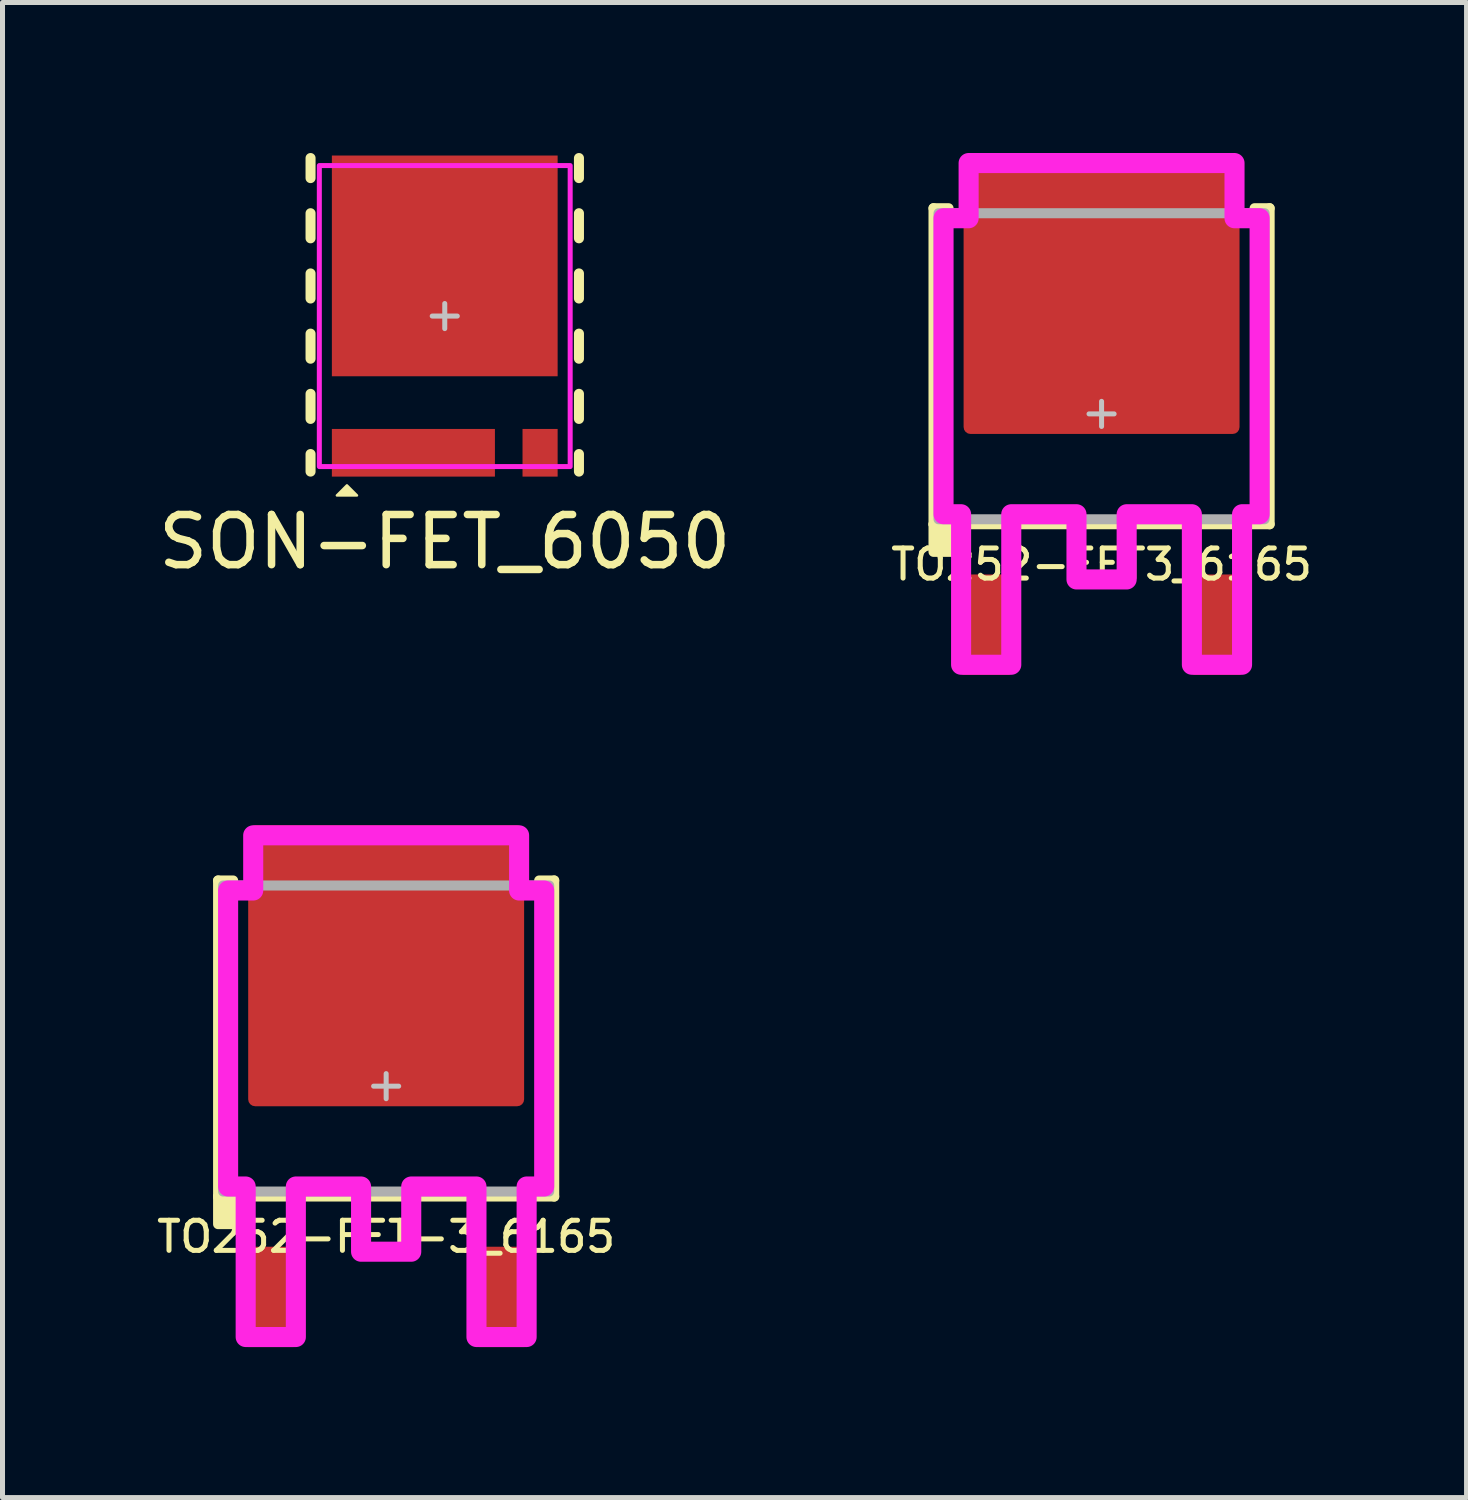
<source format=kicad_pcb>
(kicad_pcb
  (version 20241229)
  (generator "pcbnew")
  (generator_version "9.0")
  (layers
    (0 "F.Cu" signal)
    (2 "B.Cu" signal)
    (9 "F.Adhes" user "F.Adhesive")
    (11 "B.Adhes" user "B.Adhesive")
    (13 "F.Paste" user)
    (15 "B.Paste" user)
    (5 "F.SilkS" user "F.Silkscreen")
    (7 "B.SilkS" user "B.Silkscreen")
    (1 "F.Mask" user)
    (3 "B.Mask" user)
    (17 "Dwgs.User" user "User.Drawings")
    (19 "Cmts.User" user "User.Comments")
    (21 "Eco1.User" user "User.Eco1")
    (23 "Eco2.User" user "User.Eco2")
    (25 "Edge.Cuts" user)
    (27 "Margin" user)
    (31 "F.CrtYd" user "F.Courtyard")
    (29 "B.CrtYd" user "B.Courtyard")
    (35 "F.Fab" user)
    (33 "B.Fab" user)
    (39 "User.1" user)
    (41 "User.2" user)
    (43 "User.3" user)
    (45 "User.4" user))
  (footprint "SON-FET_6050"
    (layer "F.Cu")
    (at 5.815 3.25)
    (property "Reference" "SON-FET_6050" (at 0 4.5 0) (unlocked yes) (layer "F.SilkS") (effects (font (size 1 1) (thickness 0.15))))
    (attr smd)
    (fp_rect (start -2.25 2.25) (end -1.6 3.2) (stroke (width 0.1) (type solid)) (fill yes) (layer "F.Mask"))
    (fp_rect (start -0.95 2.25) (end -0.3 3.2) (stroke (width 0.1) (type solid)) (fill yes) (layer "F.Mask"))
    (fp_rect (start 0.35 2.25) (end 1 3.2) (stroke (width 0.1) (type solid)) (fill yes) (layer "F.Mask"))
    (fp_poly (pts (xy -1.6 -2.525) (xy -0.875 -2.525) (xy -0.875 -3.2) (xy -0.375 -3.2) (xy -0.375 -2.525) (xy 0.375 -2.525) (xy 0.375 -3.2) (xy 0.825 -3.2) (xy 0.825 -2.525) (xy 1.55 -2.525) (xy 1.55 -3.2) (xy 2.25 -3.2) (xy 2.25 1.2) (xy -2.25 1.2) (xy -2.25 -3.2) (xy -1.6 -3.2)) (stroke (width 0.1) (type solid)) (fill yes) (layer "F.Mask"))
    (fp_line (start -2.675 -3.15) (end -2.675 -2.75) (stroke (width 0.2) (type solid)) (layer "F.SilkS"))
    (fp_line (start -2.675 -2.05) (end -2.675 -1.55) (stroke (width 0.2) (type solid)) (layer "F.SilkS"))
    (fp_line (start -2.675 -0.85) (end -2.675 -0.35) (stroke (width 0.2) (type solid)) (layer "F.SilkS"))
    (fp_line (start -2.675 0.35) (end -2.675 0.85) (stroke (width 0.2) (type solid)) (layer "F.SilkS"))
    (fp_line (start -2.675 1.55) (end -2.675 2.05) (stroke (width 0.2) (type solid)) (layer "F.SilkS"))
    (fp_line (start -2.675 2.75) (end -2.675 3.1) (stroke (width 0.2) (type solid)) (layer "F.SilkS"))
    (fp_line (start 2.675 -3.15) (end 2.675 -2.75) (stroke (width 0.2) (type solid)) (layer "F.SilkS"))
    (fp_line (start 2.675 -2.05) (end 2.675 -1.55) (stroke (width 0.2) (type solid)) (layer "F.SilkS"))
    (fp_line (start 2.675 -0.85) (end 2.675 -0.35) (stroke (width 0.2) (type solid)) (layer "F.SilkS"))
    (fp_line (start 2.675 0.35) (end 2.675 0.85) (stroke (width 0.2) (type solid)) (layer "F.SilkS"))
    (fp_line (start 2.675 1.55) (end 2.675 2.05) (stroke (width 0.2) (type solid)) (layer "F.SilkS"))
    (fp_line (start 2.675 2.75) (end 2.675 3.1) (stroke (width 0.2) (type solid)) (layer "F.SilkS"))
    (fp_poly (pts (xy -2.15 3.575) (xy -1.95 3.375) (xy -1.75 3.575)) (stroke (width 0.05) (type solid)) (fill yes) (layer "F.SilkS"))
    (fp_rect (start -2.2 2.3) (end -1.625 3.15) (stroke (width 0) (type solid)) (fill yes) (layer "F.Paste"))
    (fp_rect (start -2.15 -3.1) (end -1.65 -2.5) (stroke (width 0) (type solid)) (fill yes) (layer "F.Paste"))
    (fp_rect (start -2.05 -2.3) (end -1.25 -0.8) (stroke (width 0) (type solid)) (fill yes) (layer "F.Paste"))
    (fp_rect (start -2.05 -0.5) (end -1.25 1) (stroke (width 0) (type solid)) (fill yes) (layer "F.Paste"))
    (fp_rect (start -0.95 -2.3) (end -0.15 -0.8) (stroke (width 0) (type solid)) (fill yes) (layer "F.Paste"))
    (fp_rect (start -0.95 -0.5) (end -0.15 1) (stroke (width 0) (type solid)) (fill yes) (layer "F.Paste"))
    (fp_rect (start -0.925 2.3) (end -0.325 3.15) (stroke (width 0) (type solid)) (fill yes) (layer "F.Paste"))
    (fp_rect (start -0.825 -3.1) (end -0.425 -2.5) (stroke (width 0) (type solid)) (fill yes) (layer "F.Paste"))
    (fp_rect (start 0.15 -2.3) (end 0.95 -0.8) (stroke (width 0) (type solid)) (fill yes) (layer "F.Paste"))
    (fp_rect (start 0.15 -0.5) (end 0.95 1) (stroke (width 0) (type solid)) (fill yes) (layer "F.Paste"))
    (fp_rect (start 0.375 2.3) (end 0.95 3.15) (stroke (width 0) (type solid)) (fill yes) (layer "F.Paste"))
    (fp_rect (start 0.425 -3.1) (end 0.775 -2.5) (stroke (width 0) (type solid)) (fill yes) (layer "F.Paste"))
    (fp_rect (start 1.25 -2.3) (end 2.05 -0.8) (stroke (width 0) (type solid)) (fill yes) (layer "F.Paste"))
    (fp_rect (start 1.25 -0.5) (end 2.05 1) (stroke (width 0) (type solid)) (fill yes) (layer "F.Paste"))
    (fp_rect (start 1.6 -3.1) (end 2.15 -2.5) (stroke (width 0) (type solid)) (fill yes) (layer "F.Paste"))
    (fp_line (start -0.25 0) (end 0.25 0) (stroke (width 0.1) (type solid)) (layer "Dwgs.User"))
    (fp_line (start 0 -0.25) (end 0 0.25) (stroke (width 0.1) (type solid)) (layer "Dwgs.User"))
    (fp_rect (start -2.5 -3) (end 2.5 3) (stroke (width 0.1) (type solid)) (fill no) (layer "F.CrtYd"))
    (pad "D" smd rect (at 0 -1) (size 4.5 4.4) (layers "F.Cu"))
    (pad "G" smd rect (at 1.9 2.725) (size 0.7 0.95) (layers "F.Cu" "F.Mask" "F.Paste"))
    (pad "S" smd rect (at -0.625 2.725) (size 3.25 0.95) (layers "F.Cu")))
  (footprint "TO252-FET3_6165"
    (layer "F.Cu")
    (at 18.907 5.2)
    (property "Reference" "TO252-FET3_6165" (at 0 3 0) (unlocked yes) (layer "F.SilkS") (effects (font (size 0.6 0.6) (thickness 0.1) (bold yes))))
    (attr smd)
    (fp_line (start -3.35 2.2) (end -3.35 -4.1) (stroke (width 0.2) (type solid)) (layer "F.SilkS"))
    (fp_line (start -3.05 -4.1) (end -3.35 -4.1) (stroke (width 0.2) (type solid)) (layer "F.SilkS"))
    (fp_line (start 3.05 -4.1) (end 3.35 -4.1) (stroke (width 0.2) (type solid)) (layer "F.SilkS"))
    (fp_line (start 3.35 -4.1) (end 3.35 2.2) (stroke (width 0.2) (type solid)) (layer "F.SilkS"))
    (fp_line (start 3.35 2.2) (end -3.35 2.2) (stroke (width 0.2) (type solid)) (layer "F.SilkS"))
    (fp_rect (start -3.35 2.2) (end -2.75 2.75) (stroke (width 0.2) (type solid)) (fill yes) (layer "F.SilkS"))
    (fp_rect (start -2.55 -5) (end -1.1 -3.5) (stroke (width 0) (type solid)) (fill yes) (layer "F.Paste"))
    (fp_rect (start -2.55 -3.15) (end -1.1 -1.65) (stroke (width 0) (type solid)) (fill yes) (layer "F.Paste"))
    (fp_rect (start -2.55 -1.3) (end -1.1 0.2) (stroke (width 0) (type solid)) (fill yes) (layer "F.Paste"))
    (fp_rect (start -0.75 -5) (end 0.75 -3.5) (stroke (width 0) (type solid)) (fill yes) (layer "F.Paste"))
    (fp_rect (start -0.75 -3.15) (end 0.75 -1.65) (stroke (width 0) (type solid)) (fill yes) (layer "F.Paste"))
    (fp_rect (start -0.75 -1.3) (end 0.75 0.2) (stroke (width 0) (type solid)) (fill yes) (layer "F.Paste"))
    (fp_rect (start 1.1 -5) (end 2.55 -3.5) (stroke (width 0) (type solid)) (fill yes) (layer "F.Paste"))
    (fp_rect (start 1.1 -3.15) (end 2.55 -1.65) (stroke (width 0) (type solid)) (fill yes) (layer "F.Paste"))
    (fp_rect (start 1.1 -1.3) (end 2.55 0.2) (stroke (width 0) (type solid)) (fill yes) (layer "F.Paste"))
    (fp_line (start -0.25 0) (end 0.25 0) (stroke (width 0.1) (type solid)) (layer "Dwgs.User"))
    (fp_line (start 0 -0.25) (end 0 0.25) (stroke (width 0.1) (type solid)) (layer "Dwgs.User"))
    (fp_poly (pts (xy 2.65 -3.9) (xy 3.15 -3.9) (xy 3.15 2) (xy 2.8 2) (xy 2.8 5) (xy 1.8 5) (xy 1.8 2) (xy 0.5 2) (xy 0.5 3.3) (xy -0.5 3.3) (xy -0.5 2) (xy -1.8 2) (xy -1.8 5) (xy -2.8 5) (xy -2.8 2) (xy -3.15 2) (xy -3.15 -3.9) (xy -2.65 -3.9) (xy -2.65 -5) (xy 2.65 -5)) (stroke (width 0.4) (type solid)) (fill no) (layer "F.CrtYd"))
    (fp_rect (start -3.25 -4) (end 3.25 2.1) (stroke (width 0.2) (type solid)) (fill no) (layer "F.Fab"))
    (pad "D" smd roundrect (at 0 -2.4) (size 5.5 5.6) (layers "F.Cu" "F.Mask") (roundrect_rratio 0.025))
    (pad "G" smd roundrect (at -2.3 4.2 90) (size 2 1) (layers "F.Cu" "F.Mask" "F.Paste") (roundrect_rratio 0.05))
    (pad "S" smd roundrect (at 2.3 4.2 90) (size 2 1) (layers "F.Cu" "F.Mask" "F.Paste") (roundrect_rratio 0.05)))
  (footprint "TO252-FET-3_6165"
    (layer "F.Cu")
    (at 4.647 18.6)
    (property "Reference" "TO252-FET-3_6165" (at 0 3 0) (unlocked yes) (layer "F.SilkS") (effects (font (size 0.6 0.6) (thickness 0.1) (bold yes))))
    (attr smd)
    (fp_line (start -3.35 2.2) (end -3.35 -4.1) (stroke (width 0.2) (type solid)) (layer "F.SilkS"))
    (fp_line (start -3.05 -4.1) (end -3.35 -4.1) (stroke (width 0.2) (type solid)) (layer "F.SilkS"))
    (fp_line (start 3.05 -4.1) (end 3.35 -4.1) (stroke (width 0.2) (type solid)) (layer "F.SilkS"))
    (fp_line (start 3.35 -4.1) (end 3.35 2.2) (stroke (width 0.2) (type solid)) (layer "F.SilkS"))
    (fp_line (start 3.35 2.2) (end -3.35 2.2) (stroke (width 0.2) (type solid)) (layer "F.SilkS"))
    (fp_rect (start -3.35 2.2) (end -2.75 2.75) (stroke (width 0.2) (type solid)) (fill yes) (layer "F.SilkS"))
    (fp_rect (start -2.55 -5) (end -1.1 -3.5) (stroke (width 0) (type solid)) (fill yes) (layer "F.Paste"))
    (fp_rect (start -2.55 -3.15) (end -1.1 -1.65) (stroke (width 0) (type solid)) (fill yes) (layer "F.Paste"))
    (fp_rect (start -2.55 -1.3) (end -1.1 0.2) (stroke (width 0) (type solid)) (fill yes) (layer "F.Paste"))
    (fp_rect (start -0.75 -5) (end 0.75 -3.5) (stroke (width 0) (type solid)) (fill yes) (layer "F.Paste"))
    (fp_rect (start -0.75 -3.15) (end 0.75 -1.65) (stroke (width 0) (type solid)) (fill yes) (layer "F.Paste"))
    (fp_rect (start -0.75 -1.3) (end 0.75 0.2) (stroke (width 0) (type solid)) (fill yes) (layer "F.Paste"))
    (fp_rect (start 1.1 -5) (end 2.55 -3.5) (stroke (width 0) (type solid)) (fill yes) (layer "F.Paste"))
    (fp_rect (start 1.1 -3.15) (end 2.55 -1.65) (stroke (width 0) (type solid)) (fill yes) (layer "F.Paste"))
    (fp_rect (start 1.1 -1.3) (end 2.55 0.2) (stroke (width 0) (type solid)) (fill yes) (layer "F.Paste"))
    (fp_line (start -0.25 0) (end 0.25 0) (stroke (width 0.1) (type solid)) (layer "Dwgs.User"))
    (fp_line (start 0 -0.25) (end 0 0.25) (stroke (width 0.1) (type solid)) (layer "Dwgs.User"))
    (fp_poly (pts (xy 2.65 -3.9) (xy 3.15 -3.9) (xy 3.15 2) (xy 2.8 2) (xy 2.8 5) (xy 1.8 5) (xy 1.8 2) (xy 0.5 2) (xy 0.5 3.3) (xy -0.5 3.3) (xy -0.5 2) (xy -1.8 2) (xy -1.8 5) (xy -2.8 5) (xy -2.8 2) (xy -3.15 2) (xy -3.15 -3.9) (xy -2.65 -3.9) (xy -2.65 -5) (xy 2.65 -5)) (stroke (width 0.4) (type solid)) (fill no) (layer "F.CrtYd"))
    (fp_rect (start -3.25 -4) (end 3.25 2.1) (stroke (width 0.2) (type solid)) (fill no) (layer "F.Fab"))
    (pad "D" smd roundrect (at 0 -2.4) (size 5.5 5.6) (layers "F.Cu" "F.Mask") (roundrect_rratio 0.025))
    (pad "G" smd roundrect (at -2.3 4.2 90) (size 2 1) (layers "F.Cu" "F.Mask" "F.Paste") (roundrect_rratio 0.05))
    (pad "S" smd roundrect (at 2.3 4.2 90) (size 2 1) (layers "F.Cu" "F.Mask" "F.Paste") (roundrect_rratio 0.05)))
  (gr_rect
    (start -3 -3)
    (end 26.182 26.8)
    (stroke (width 0.1) (type default))
    (fill no)
    (layer "Edge.Cuts")))
</source>
